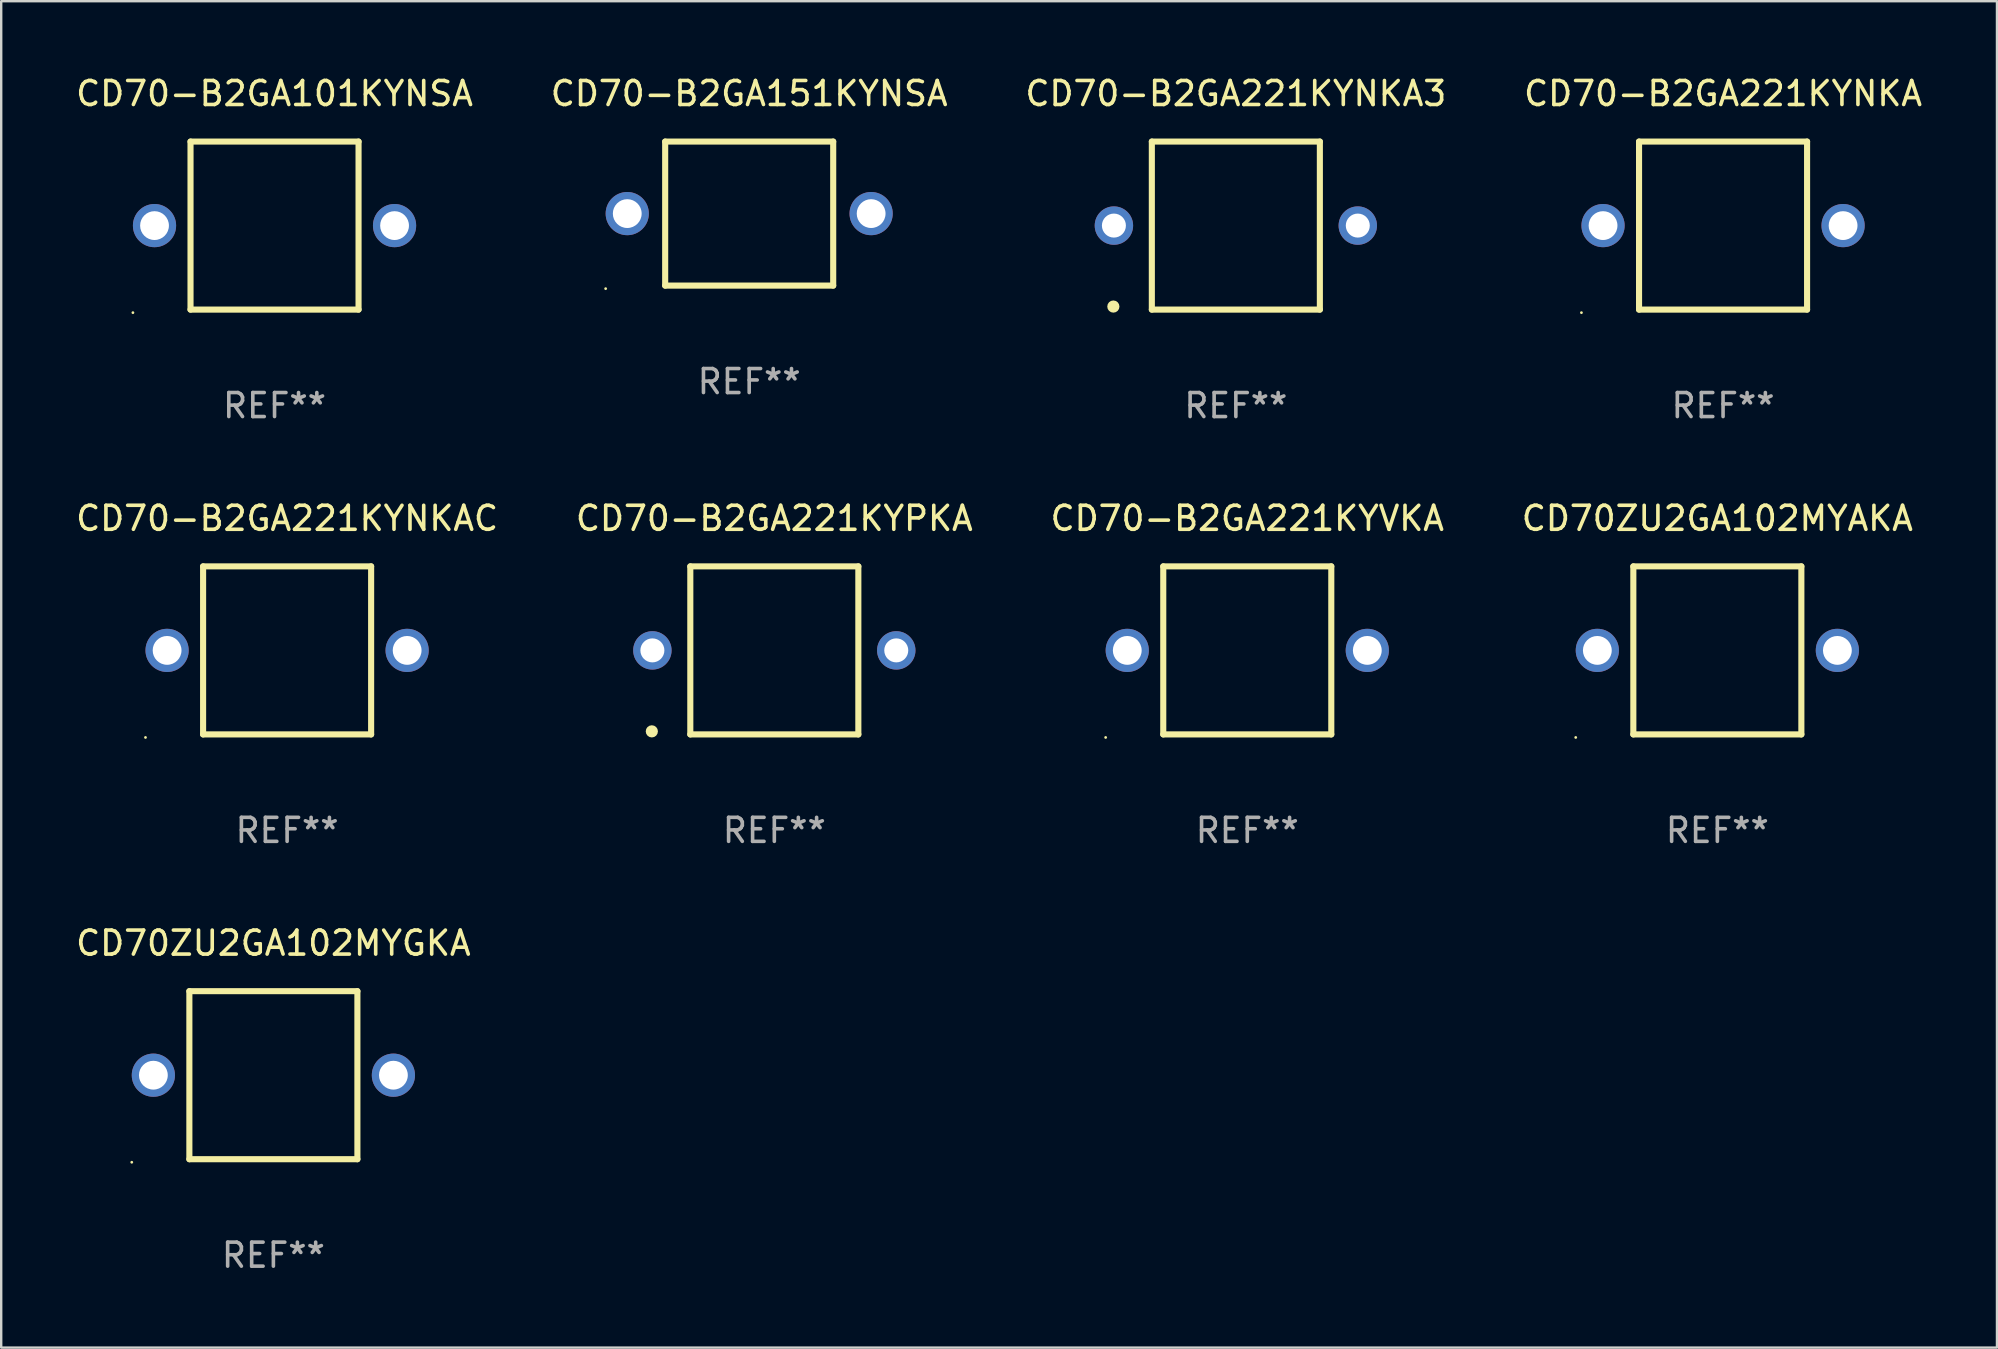
<source format=kicad_pcb>
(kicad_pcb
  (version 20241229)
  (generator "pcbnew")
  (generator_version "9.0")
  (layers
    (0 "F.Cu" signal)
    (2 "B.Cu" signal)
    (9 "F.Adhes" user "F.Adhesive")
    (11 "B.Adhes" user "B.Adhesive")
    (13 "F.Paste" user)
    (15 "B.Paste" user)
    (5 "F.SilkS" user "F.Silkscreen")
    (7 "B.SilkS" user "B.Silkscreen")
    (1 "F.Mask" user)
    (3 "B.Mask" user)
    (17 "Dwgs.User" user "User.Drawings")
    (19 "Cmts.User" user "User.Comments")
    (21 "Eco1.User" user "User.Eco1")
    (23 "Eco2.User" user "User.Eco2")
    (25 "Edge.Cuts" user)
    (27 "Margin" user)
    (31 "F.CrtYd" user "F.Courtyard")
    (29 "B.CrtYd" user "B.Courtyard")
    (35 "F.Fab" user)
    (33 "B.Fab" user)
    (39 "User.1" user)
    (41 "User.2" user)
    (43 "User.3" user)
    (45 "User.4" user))
  (footprint "CD70-B2GA221KYPKA"
    (layer "F.Cu")
    (at 29.208 24.045)
    (property "Reference" "CD70-B2GA221KYPKA" (at 0 -5.5 0) (layer "F.SilkS") (effects (font (size 1 1) (thickness 0.15))))
    (attr through_hole)
    (fp_line (start -3.5 -3.5) (end -3.5 3.5) (stroke (width 0.254) (type solid)) (layer "F.SilkS"))
    (fp_line (start -3.5 -3.5) (end 3.5 -3.5) (stroke (width 0.254) (type solid)) (layer "F.SilkS"))
    (fp_line (start 3.5 3.5) (end -3.5 3.5) (stroke (width 0.254) (type solid)) (layer "F.SilkS"))
    (fp_line (start 3.5 3.5) (end 3.5 -3.5) (stroke (width 0.254) (type solid)) (layer "F.SilkS"))
    (fp_circle (center -5.103 3.373) (end -4.976 3.373) (stroke (width 0.254) (type solid)) (fill no) (layer "F.SilkS"))
    (fp_text user "REF**" (at 0 7.5 0) (layer "F.Fab") (effects (font (size 1 1) (thickness 0.15))))
    (pad "1" thru_hole circle (at -5.08 -0.000254) (size 1.6 1.6) (drill 1) (layers "*.Cu" "*.Mask"))
    (pad "2" thru_hole circle (at 5.08 -0.000254) (size 1.6 1.6) (drill 1) (layers "*.Cu" "*.Mask")))
  (footprint "CD70-B2GA221KYNKA"
    (layer "F.Cu")
    (at 68.732 6.348)
    (property "Reference" "CD70-B2GA221KYNKA" (at 0 -5.5 0) (layer "F.SilkS") (effects (font (size 1 1) (thickness 0.15))))
    (attr through_hole)
    (fp_line (start -3.5 -3.5) (end 3.5 -3.5) (stroke (width 0.254) (type solid)) (layer "F.SilkS"))
    (fp_line (start -3.5 3.5) (end -3.5 -3.5) (stroke (width 0.254) (type solid)) (layer "F.SilkS"))
    (fp_line (start 3.5 -3.5) (end 3.5 3.5) (stroke (width 0.254) (type solid)) (layer "F.SilkS"))
    (fp_line (start 3.5 3.5) (end -3.5 3.5) (stroke (width 0.254) (type solid)) (layer "F.SilkS"))
    (fp_circle (center -5.9 3.627) (end -5.87 3.627) (stroke (width 0.06) (type solid)) (fill no) (layer "F.SilkS"))
    (fp_text user "REF**" (at 0 7.5 0) (layer "F.Fab") (effects (font (size 1 1) (thickness 0.15))))
    (pad "1" thru_hole circle (at -5 0) (size 1.8 1.8) (drill 1.2) (layers "*.Cu" "*.Mask"))
    (pad "2" thru_hole circle (at 5 0) (size 1.8 1.8) (drill 1.2) (layers "*.Cu" "*.Mask")))
  (footprint "CD70-B2GA221KYNKAC"
    (layer "F.Cu")
    (at 8.911 24.045)
    (property "Reference" "CD70-B2GA221KYNKAC" (at 0 -5.5 0) (layer "F.SilkS") (effects (font (size 1 1) (thickness 0.15))))
    (attr through_hole)
    (fp_line (start -3.5 -3.5) (end 3.5 -3.5) (stroke (width 0.254) (type solid)) (layer "F.SilkS"))
    (fp_line (start -3.5 3.5) (end -3.5 -3.5) (stroke (width 0.254) (type solid)) (layer "F.SilkS"))
    (fp_line (start 3.5 -3.5) (end 3.5 3.5) (stroke (width 0.254) (type solid)) (layer "F.SilkS"))
    (fp_line (start 3.5 3.5) (end -3.5 3.5) (stroke (width 0.254) (type solid)) (layer "F.SilkS"))
    (fp_circle (center -5.9 3.627) (end -5.87 3.627) (stroke (width 0.06) (type solid)) (fill no) (layer "F.SilkS"))
    (fp_text user "REF**" (at 0 7.5 0) (layer "F.Fab") (effects (font (size 1 1) (thickness 0.15))))
    (pad "1" thru_hole circle (at -5 0) (size 1.8 1.8) (drill 1.2) (layers "*.Cu" "*.Mask"))
    (pad "2" thru_hole circle (at 5 0) (size 1.8 1.8) (drill 1.2) (layers "*.Cu" "*.Mask")))
  (footprint "CD70-B2GA101KYNSA"
    (layer "F.Cu")
    (at 8.387 6.348)
    (property "Reference" "CD70-B2GA101KYNSA" (at 0 -5.5 0) (layer "F.SilkS") (effects (font (size 1 1) (thickness 0.15))))
    (attr through_hole)
    (fp_line (start -3.5 -3.5) (end 3.5 -3.5) (stroke (width 0.254) (type solid)) (layer "F.SilkS"))
    (fp_line (start -3.5 3.5) (end -3.5 -3.5) (stroke (width 0.254) (type solid)) (layer "F.SilkS"))
    (fp_line (start 3.5 -3.5) (end 3.5 3.5) (stroke (width 0.254) (type solid)) (layer "F.SilkS"))
    (fp_line (start 3.5 3.5) (end -3.5 3.5) (stroke (width 0.254) (type solid)) (layer "F.SilkS"))
    (fp_circle (center -5.9 3.627) (end -5.87 3.627) (stroke (width 0.06) (type solid)) (fill no) (layer "F.SilkS"))
    (fp_text user "REF**" (at 0 7.5 0) (layer "F.Fab") (effects (font (size 1 1) (thickness 0.15))))
    (pad "1" thru_hole circle (at -5 0) (size 1.8 1.8) (drill 1.2) (layers "*.Cu" "*.Mask"))
    (pad "2" thru_hole circle (at 5 0) (size 1.8 1.8) (drill 1.2) (layers "*.Cu" "*.Mask")))
  (footprint "CD70ZU2GA102MYAKA"
    (layer "F.Cu")
    (at 68.494 24.045)
    (property "Reference" "CD70ZU2GA102MYAKA" (at 0 -5.5 0) (layer "F.SilkS") (effects (font (size 1 1) (thickness 0.15))))
    (attr through_hole)
    (fp_line (start -3.5 -3.5) (end 3.5 -3.5) (stroke (width 0.254) (type solid)) (layer "F.SilkS"))
    (fp_line (start -3.5 3.5) (end -3.5 -3.5) (stroke (width 0.254) (type solid)) (layer "F.SilkS"))
    (fp_line (start 3.5 -3.5) (end 3.5 3.5) (stroke (width 0.254) (type solid)) (layer "F.SilkS"))
    (fp_line (start 3.5 3.5) (end -3.5 3.5) (stroke (width 0.254) (type solid)) (layer "F.SilkS"))
    (fp_circle (center -5.9 3.627) (end -5.87 3.627) (stroke (width 0.06) (type solid)) (fill no) (layer "F.SilkS"))
    (fp_text user "REF**" (at 0 7.5 0) (layer "F.Fab") (effects (font (size 1 1) (thickness 0.15))))
    (pad "1" thru_hole circle (at -5 0) (size 1.8 1.8) (drill 1.2) (layers "*.Cu" "*.Mask"))
    (pad "2" thru_hole circle (at 5 0) (size 1.8 1.8) (drill 1.2) (layers "*.Cu" "*.Mask")))
  (footprint "CD70-B2GA221KYVKA"
    (layer "F.Cu")
    (at 48.911 24.045)
    (property "Reference" "CD70-B2GA221KYVKA" (at 0 -5.5 0) (layer "F.SilkS") (effects (font (size 1 1) (thickness 0.15))))
    (attr through_hole)
    (fp_line (start -3.5 -3.5) (end 3.5 -3.5) (stroke (width 0.254) (type solid)) (layer "F.SilkS"))
    (fp_line (start -3.5 3.5) (end -3.5 -3.5) (stroke (width 0.254) (type solid)) (layer "F.SilkS"))
    (fp_line (start 3.5 -3.5) (end 3.5 3.5) (stroke (width 0.254) (type solid)) (layer "F.SilkS"))
    (fp_line (start 3.5 3.5) (end -3.5 3.5) (stroke (width 0.254) (type solid)) (layer "F.SilkS"))
    (fp_circle (center -5.9 3.627) (end -5.87 3.627) (stroke (width 0.06) (type solid)) (fill no) (layer "F.SilkS"))
    (fp_text user "REF**" (at 0 7.5 0) (layer "F.Fab") (effects (font (size 1 1) (thickness 0.15))))
    (pad "1" thru_hole circle (at -5 0) (size 1.8 1.8) (drill 1.2) (layers "*.Cu" "*.Mask"))
    (pad "2" thru_hole circle (at 5 0) (size 1.8 1.8) (drill 1.2) (layers "*.Cu" "*.Mask")))
  (footprint "CD70-B2GA221KYNKA3"
    (layer "F.Cu")
    (at 48.435 6.348)
    (property "Reference" "CD70-B2GA221KYNKA3" (at 0 -5.5 0) (layer "F.SilkS") (effects (font (size 1 1) (thickness 0.15))))
    (attr through_hole)
    (fp_line (start -3.5 -3.5) (end -3.5 3.5) (stroke (width 0.254) (type solid)) (layer "F.SilkS"))
    (fp_line (start -3.5 -3.5) (end 3.5 -3.5) (stroke (width 0.254) (type solid)) (layer "F.SilkS"))
    (fp_line (start 3.5 3.5) (end -3.5 3.5) (stroke (width 0.254) (type solid)) (layer "F.SilkS"))
    (fp_line (start 3.5 3.5) (end 3.5 -3.5) (stroke (width 0.254) (type solid)) (layer "F.SilkS"))
    (fp_circle (center -5.103 3.373) (end -4.976 3.373) (stroke (width 0.254) (type solid)) (fill no) (layer "F.SilkS"))
    (fp_text user "REF**" (at 0 7.5 0) (layer "F.Fab") (effects (font (size 1 1) (thickness 0.15))))
    (pad "1" thru_hole circle (at -5.08 -0.000254) (size 1.6 1.6) (drill 1) (layers "*.Cu" "*.Mask"))
    (pad "2" thru_hole circle (at 5.08 -0.000254) (size 1.6 1.6) (drill 1) (layers "*.Cu" "*.Mask")))
  (footprint "CD70ZU2GA102MYGKA"
    (layer "F.Cu")
    (at 8.339 41.742)
    (property "Reference" "CD70ZU2GA102MYGKA" (at 0 -5.5 0) (layer "F.SilkS") (effects (font (size 1 1) (thickness 0.15))))
    (attr through_hole)
    (fp_line (start -3.5 -3.5) (end 3.5 -3.5) (stroke (width 0.254) (type solid)) (layer "F.SilkS"))
    (fp_line (start -3.5 3.5) (end -3.5 -3.5) (stroke (width 0.254) (type solid)) (layer "F.SilkS"))
    (fp_line (start 3.5 -3.5) (end 3.5 3.5) (stroke (width 0.254) (type solid)) (layer "F.SilkS"))
    (fp_line (start 3.5 3.5) (end -3.5 3.5) (stroke (width 0.254) (type solid)) (layer "F.SilkS"))
    (fp_circle (center -5.9 3.627) (end -5.87 3.627) (stroke (width 0.06) (type solid)) (fill no) (layer "F.SilkS"))
    (fp_text user "REF**" (at 0 7.5 0) (layer "F.Fab") (effects (font (size 1 1) (thickness 0.15))))
    (pad "1" thru_hole circle (at -5 0) (size 1.8 1.8) (drill 1.2) (layers "*.Cu" "*.Mask"))
    (pad "2" thru_hole circle (at 5 0) (size 1.8 1.8) (drill 1.2) (layers "*.Cu" "*.Mask")))
  (footprint "CD70-B2GA151KYNSA"
    (layer "F.Cu")
    (at 28.161 5.848)
    (property "Reference" "CD70-B2GA151KYNSA" (at 0 -5 0) (layer "F.SilkS") (effects (font (size 1 1) (thickness 0.15))))
    (attr through_hole)
    (fp_line (start -3.5 -3) (end 3.5 -3) (stroke (width 0.254) (type solid)) (layer "F.SilkS"))
    (fp_line (start -3.5 3) (end -3.5 -3) (stroke (width 0.254) (type solid)) (layer "F.SilkS"))
    (fp_line (start 3.5 -3) (end 3.5 3) (stroke (width 0.254) (type solid)) (layer "F.SilkS"))
    (fp_line (start 3.5 3) (end -3.5 3) (stroke (width 0.254) (type solid)) (layer "F.SilkS"))
    (fp_circle (center -5.98 3.127) (end -5.95 3.127) (stroke (width 0.06) (type solid)) (fill no) (layer "F.SilkS"))
    (fp_text user "REF**" (at 0 7 0) (layer "F.Fab") (effects (font (size 1 1) (thickness 0.15))))
    (pad "1" thru_hole circle (at -5.08 0) (size 1.8 1.8) (drill 1.2) (layers "*.Cu" "*.Mask"))
    (pad "2" thru_hole circle (at 5.08 0) (size 1.8 1.8) (drill 1.2) (layers "*.Cu" "*.Mask")))
  (gr_rect
    (start -3 -3)
    (end 80.143 53.09)
    (stroke (width 0.1) (type default))
    (fill no)
    (layer "Edge.Cuts")))
</source>
